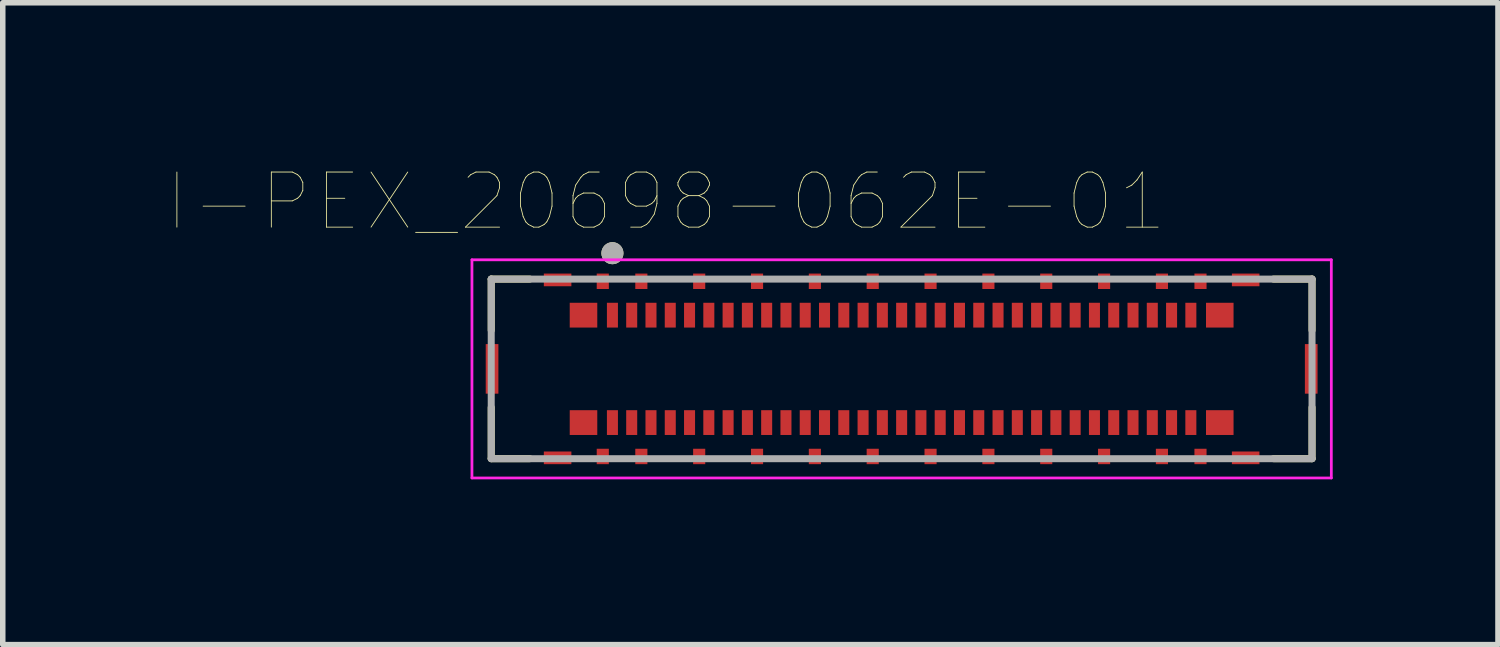
<source format=kicad_pcb>
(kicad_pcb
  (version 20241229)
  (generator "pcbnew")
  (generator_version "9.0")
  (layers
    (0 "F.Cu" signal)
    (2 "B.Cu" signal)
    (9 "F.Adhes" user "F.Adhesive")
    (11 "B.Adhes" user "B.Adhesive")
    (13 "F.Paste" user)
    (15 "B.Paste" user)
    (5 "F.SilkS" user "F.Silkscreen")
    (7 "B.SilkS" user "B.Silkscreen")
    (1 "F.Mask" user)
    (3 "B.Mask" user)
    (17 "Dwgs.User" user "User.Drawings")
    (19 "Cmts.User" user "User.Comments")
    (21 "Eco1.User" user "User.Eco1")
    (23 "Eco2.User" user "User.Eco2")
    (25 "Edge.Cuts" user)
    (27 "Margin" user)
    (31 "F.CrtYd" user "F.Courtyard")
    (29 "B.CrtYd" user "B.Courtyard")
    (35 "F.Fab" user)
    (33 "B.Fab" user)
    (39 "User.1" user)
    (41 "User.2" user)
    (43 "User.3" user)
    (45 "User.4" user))
  (footprint "I-PEX_20698-062E-01"
    (layer "F.Cu")
    (at 13.317 3.646)
    (property "Reference" "I-PEX_20698-062E-01" (at -4.275 -3.035 0) (layer "F.SilkS") (effects (font (size 1 1) (thickness 0.015))))
    (attr through_hole)
    (fp_line (start -7.45 -1.63) (end -6.75 -1.63) (stroke (width 0.127) (type solid)) (layer "F.SilkS"))
    (fp_line (start -7.45 -0.7) (end -7.45 -1.63) (stroke (width 0.127) (type solid)) (layer "F.SilkS"))
    (fp_line (start -7.45 0.7) (end -7.45 1.63) (stroke (width 0.127) (type solid)) (layer "F.SilkS"))
    (fp_line (start -7.45 1.63) (end -6.75 1.63) (stroke (width 0.127) (type solid)) (layer "F.SilkS"))
    (fp_line (start 7.45 -1.63) (end 6.75 -1.63) (stroke (width 0.127) (type solid)) (layer "F.SilkS"))
    (fp_line (start 7.45 -0.7) (end 7.45 -1.63) (stroke (width 0.127) (type solid)) (layer "F.SilkS"))
    (fp_line (start 7.45 0.7) (end 7.45 1.63) (stroke (width 0.127) (type solid)) (layer "F.SilkS"))
    (fp_line (start 7.45 1.63) (end 6.75 1.63) (stroke (width 0.127) (type solid)) (layer "F.SilkS"))
    (fp_circle (center -5.25 -2.1) (end -5.15 -2.1) (stroke (width 0.2) (type solid)) (fill no) (layer "F.SilkS"))
    (fp_poly (pts (xy -6.025 -1.2) (xy -5.525 -1.2) (xy -5.525 -0.9) (xy -6.025 -0.9)) (stroke (width 0.01) (type solid)) (fill yes) (layer "F.Paste"))
    (fp_poly (pts (xy -6.025 0.9) (xy -5.525 0.9) (xy -5.525 1.2) (xy -6.025 1.2)) (stroke (width 0.01) (type solid)) (fill yes) (layer "F.Paste"))
    (fp_poly (pts (xy 5.525 -1.2) (xy 6.025 -1.2) (xy 6.025 -0.9) (xy 5.525 -0.9)) (stroke (width 0.01) (type solid)) (fill yes) (layer "F.Paste"))
    (fp_poly (pts (xy 5.525 0.9) (xy 6.025 0.9) (xy 6.025 1.2) (xy 5.525 1.2)) (stroke (width 0.01) (type solid)) (fill yes) (layer "F.Paste"))
    (fp_line (start -7.8 -1.98) (end 7.8 -1.98) (stroke (width 0.05) (type solid)) (layer "F.CrtYd"))
    (fp_line (start -7.8 1.98) (end -7.8 -1.98) (stroke (width 0.05) (type solid)) (layer "F.CrtYd"))
    (fp_line (start 7.8 -1.98) (end 7.8 1.98) (stroke (width 0.05) (type solid)) (layer "F.CrtYd"))
    (fp_line (start 7.8 1.98) (end -7.8 1.98) (stroke (width 0.05) (type solid)) (layer "F.CrtYd"))
    (fp_line (start -7.45 -1.63) (end 7.45 -1.63) (stroke (width 0.127) (type solid)) (layer "F.Fab"))
    (fp_line (start -7.45 1.63) (end -7.45 -1.63) (stroke (width 0.127) (type solid)) (layer "F.Fab"))
    (fp_line (start 7.45 -1.63) (end 7.45 1.63) (stroke (width 0.127) (type solid)) (layer "F.Fab"))
    (fp_line (start 7.45 1.63) (end -7.45 1.63) (stroke (width 0.127) (type solid)) (layer "F.Fab"))
    (fp_circle (center -5.25 -2.1) (end -5.15 -2.1) (stroke (width 0.2) (type solid)) (fill no) (layer "F.Fab"))
    (pad "1" smd rect (at -5.25 -0.975) (size 0.2 0.45) (layers "F.Cu" "F.Mask" "F.Paste"))
    (pad "2" smd rect (at -5.25 0.975) (size 0.2 0.45) (layers "F.Cu" "F.Mask" "F.Paste"))
    (pad "3" smd rect (at -4.9 -0.975) (size 0.2 0.45) (layers "F.Cu" "F.Mask" "F.Paste"))
    (pad "4" smd rect (at -4.9 0.975) (size 0.2 0.45) (layers "F.Cu" "F.Mask" "F.Paste"))
    (pad "5" smd rect (at -4.55 -0.975) (size 0.2 0.45) (layers "F.Cu" "F.Mask" "F.Paste"))
    (pad "6" smd rect (at -4.55 0.975) (size 0.2 0.45) (layers "F.Cu" "F.Mask" "F.Paste"))
    (pad "7" smd rect (at -4.2 -0.975) (size 0.2 0.45) (layers "F.Cu" "F.Mask" "F.Paste"))
    (pad "8" smd rect (at -4.2 0.975) (size 0.2 0.45) (layers "F.Cu" "F.Mask" "F.Paste"))
    (pad "9" smd rect (at -3.85 -0.975) (size 0.2 0.45) (layers "F.Cu" "F.Mask" "F.Paste"))
    (pad "10" smd rect (at -3.85 0.975) (size 0.2 0.45) (layers "F.Cu" "F.Mask" "F.Paste"))
    (pad "11" smd rect (at -3.5 -0.975) (size 0.2 0.45) (layers "F.Cu" "F.Mask" "F.Paste"))
    (pad "12" smd rect (at -3.5 0.975) (size 0.2 0.45) (layers "F.Cu" "F.Mask" "F.Paste"))
    (pad "13" smd rect (at -3.15 -0.975) (size 0.2 0.45) (layers "F.Cu" "F.Mask" "F.Paste"))
    (pad "14" smd rect (at -3.15 0.975) (size 0.2 0.45) (layers "F.Cu" "F.Mask" "F.Paste"))
    (pad "15" smd rect (at -2.8 -0.975) (size 0.2 0.45) (layers "F.Cu" "F.Mask" "F.Paste"))
    (pad "16" smd rect (at -2.8 0.975) (size 0.2 0.45) (layers "F.Cu" "F.Mask" "F.Paste"))
    (pad "17" smd rect (at -2.45 -0.975) (size 0.2 0.45) (layers "F.Cu" "F.Mask" "F.Paste"))
    (pad "18" smd rect (at -2.45 0.975) (size 0.2 0.45) (layers "F.Cu" "F.Mask" "F.Paste"))
    (pad "19" smd rect (at -2.1 -0.975) (size 0.2 0.45) (layers "F.Cu" "F.Mask" "F.Paste"))
    (pad "20" smd rect (at -2.1 0.975) (size 0.2 0.45) (layers "F.Cu" "F.Mask" "F.Paste"))
    (pad "21" smd rect (at -1.75 -0.975) (size 0.2 0.45) (layers "F.Cu" "F.Mask" "F.Paste"))
    (pad "22" smd rect (at -1.75 0.975) (size 0.2 0.45) (layers "F.Cu" "F.Mask" "F.Paste"))
    (pad "23" smd rect (at -1.4 -0.975) (size 0.2 0.45) (layers "F.Cu" "F.Mask" "F.Paste"))
    (pad "24" smd rect (at -1.4 0.975) (size 0.2 0.45) (layers "F.Cu" "F.Mask" "F.Paste"))
    (pad "25" smd rect (at -1.05 -0.975) (size 0.2 0.45) (layers "F.Cu" "F.Mask" "F.Paste"))
    (pad "26" smd rect (at -1.05 0.975) (size 0.2 0.45) (layers "F.Cu" "F.Mask" "F.Paste"))
    (pad "27" smd rect (at -0.7 -0.975) (size 0.2 0.45) (layers "F.Cu" "F.Mask" "F.Paste"))
    (pad "28" smd rect (at -0.7 0.975) (size 0.2 0.45) (layers "F.Cu" "F.Mask" "F.Paste"))
    (pad "29" smd rect (at -0.35 -0.975) (size 0.2 0.45) (layers "F.Cu" "F.Mask" "F.Paste"))
    (pad "30" smd rect (at -0.35 0.975) (size 0.2 0.45) (layers "F.Cu" "F.Mask" "F.Paste"))
    (pad "31" smd rect (at 0 -0.975) (size 0.2 0.45) (layers "F.Cu" "F.Mask" "F.Paste"))
    (pad "32" smd rect (at 0 0.975) (size 0.2 0.45) (layers "F.Cu" "F.Mask" "F.Paste"))
    (pad "33" smd rect (at 0.35 -0.975) (size 0.2 0.45) (layers "F.Cu" "F.Mask" "F.Paste"))
    (pad "34" smd rect (at 0.35 0.975) (size 0.2 0.45) (layers "F.Cu" "F.Mask" "F.Paste"))
    (pad "35" smd rect (at 0.7 -0.975) (size 0.2 0.45) (layers "F.Cu" "F.Mask" "F.Paste"))
    (pad "36" smd rect (at 0.7 0.975) (size 0.2 0.45) (layers "F.Cu" "F.Mask" "F.Paste"))
    (pad "37" smd rect (at 1.05 -0.975) (size 0.2 0.45) (layers "F.Cu" "F.Mask" "F.Paste"))
    (pad "38" smd rect (at 1.05 0.975) (size 0.2 0.45) (layers "F.Cu" "F.Mask" "F.Paste"))
    (pad "39" smd rect (at 1.4 -0.975) (size 0.2 0.45) (layers "F.Cu" "F.Mask" "F.Paste"))
    (pad "40" smd rect (at 1.4 0.975) (size 0.2 0.45) (layers "F.Cu" "F.Mask" "F.Paste"))
    (pad "41" smd rect (at 1.75 -0.975) (size 0.2 0.45) (layers "F.Cu" "F.Mask" "F.Paste"))
    (pad "42" smd rect (at 1.75 0.975) (size 0.2 0.45) (layers "F.Cu" "F.Mask" "F.Paste"))
    (pad "43" smd rect (at 2.1 -0.975) (size 0.2 0.45) (layers "F.Cu" "F.Mask" "F.Paste"))
    (pad "44" smd rect (at 2.1 0.975) (size 0.2 0.45) (layers "F.Cu" "F.Mask" "F.Paste"))
    (pad "45" smd rect (at 2.45 -0.975) (size 0.2 0.45) (layers "F.Cu" "F.Mask" "F.Paste"))
    (pad "46" smd rect (at 2.45 0.975) (size 0.2 0.45) (layers "F.Cu" "F.Mask" "F.Paste"))
    (pad "47" smd rect (at 2.8 -0.975) (size 0.2 0.45) (layers "F.Cu" "F.Mask" "F.Paste"))
    (pad "48" smd rect (at 2.8 0.975) (size 0.2 0.45) (layers "F.Cu" "F.Mask" "F.Paste"))
    (pad "49" smd rect (at 3.15 -0.975) (size 0.2 0.45) (layers "F.Cu" "F.Mask" "F.Paste"))
    (pad "50" smd rect (at 3.15 0.975) (size 0.2 0.45) (layers "F.Cu" "F.Mask" "F.Paste"))
    (pad "51" smd rect (at 3.5 -0.975) (size 0.2 0.45) (layers "F.Cu" "F.Mask" "F.Paste"))
    (pad "52" smd rect (at 3.5 0.975) (size 0.2 0.45) (layers "F.Cu" "F.Mask" "F.Paste"))
    (pad "53" smd rect (at 3.85 -0.975) (size 0.2 0.45) (layers "F.Cu" "F.Mask" "F.Paste"))
    (pad "54" smd rect (at 3.85 0.975) (size 0.2 0.45) (layers "F.Cu" "F.Mask" "F.Paste"))
    (pad "55" smd rect (at 4.2 -0.975) (size 0.2 0.45) (layers "F.Cu" "F.Mask" "F.Paste"))
    (pad "56" smd rect (at 4.2 0.975) (size 0.2 0.45) (layers "F.Cu" "F.Mask" "F.Paste"))
    (pad "57" smd rect (at 4.55 -0.975) (size 0.2 0.45) (layers "F.Cu" "F.Mask" "F.Paste"))
    (pad "58" smd rect (at 4.55 0.975) (size 0.2 0.45) (layers "F.Cu" "F.Mask" "F.Paste"))
    (pad "59" smd rect (at 4.9 -0.975) (size 0.2 0.45) (layers "F.Cu" "F.Mask" "F.Paste"))
    (pad "60" smd rect (at 4.9 0.975) (size 0.2 0.45) (layers "F.Cu" "F.Mask" "F.Paste"))
    (pad "61" smd rect (at 5.25 -0.975) (size 0.2 0.45) (layers "F.Cu" "F.Mask" "F.Paste"))
    (pad "62" smd rect (at 5.25 0.975) (size 0.2 0.45) (layers "F.Cu" "F.Mask" "F.Paste"))
    (pad "63" smd rect (at -5.775 -0.975) (size 0.5 0.45) (layers "F.Cu" "F.Mask"))
    (pad "64" smd rect (at -5.775 0.975) (size 0.5 0.45) (layers "F.Cu" "F.Mask"))
    (pad "65" smd rect (at 5.775 -0.975) (size 0.5 0.45) (layers "F.Cu" "F.Mask"))
    (pad "66" smd rect (at 5.775 0.975) (size 0.5 0.45) (layers "F.Cu" "F.Mask"))
    (pad "G1" smd rect (at -6.245 1.615) (size 0.5 0.23) (layers "F.Cu" "F.Mask" "F.Paste"))
    (pad "G2" smd rect (at -5.425 1.59) (size 0.22 0.28) (layers "F.Cu" "F.Mask" "F.Paste"))
    (pad "G3" smd rect (at -4.725 1.59) (size 0.22 0.28) (layers "F.Cu" "F.Mask" "F.Paste"))
    (pad "G4" smd rect (at -3.675 1.59) (size 0.22 0.28) (layers "F.Cu" "F.Mask" "F.Paste"))
    (pad "G5" smd rect (at -2.625 1.59) (size 0.22 0.28) (layers "F.Cu" "F.Mask" "F.Paste"))
    (pad "G6" smd rect (at -1.575 1.59) (size 0.22 0.28) (layers "F.Cu" "F.Mask" "F.Paste"))
    (pad "G7" smd rect (at -0.525 1.59) (size 0.22 0.28) (layers "F.Cu" "F.Mask" "F.Paste"))
    (pad "G8" smd rect (at 0.525 1.59) (size 0.22 0.28) (layers "F.Cu" "F.Mask" "F.Paste"))
    (pad "G9" smd rect (at 1.575 1.59) (size 0.22 0.28) (layers "F.Cu" "F.Mask" "F.Paste"))
    (pad "G10" smd rect (at 2.625 1.59) (size 0.22 0.28) (layers "F.Cu" "F.Mask" "F.Paste"))
    (pad "G11" smd rect (at 3.675 1.59) (size 0.22 0.28) (layers "F.Cu" "F.Mask" "F.Paste"))
    (pad "G12" smd rect (at 4.725 1.59) (size 0.22 0.28) (layers "F.Cu" "F.Mask" "F.Paste"))
    (pad "G13" smd rect (at 5.425 1.59) (size 0.22 0.28) (layers "F.Cu" "F.Mask" "F.Paste"))
    (pad "G14" smd rect (at 6.245 1.615) (size 0.5 0.23) (layers "F.Cu" "F.Mask" "F.Paste"))
    (pad "G15" smd rect (at 6.245 -1.615) (size 0.5 0.23) (layers "F.Cu" "F.Mask" "F.Paste"))
    (pad "G16" smd rect (at 5.425 -1.59) (size 0.22 0.28) (layers "F.Cu" "F.Mask" "F.Paste"))
    (pad "G17" smd rect (at 4.725 -1.59) (size 0.22 0.28) (layers "F.Cu" "F.Mask" "F.Paste"))
    (pad "G18" smd rect (at 3.675 -1.59) (size 0.22 0.28) (layers "F.Cu" "F.Mask" "F.Paste"))
    (pad "G19" smd rect (at 2.625 -1.59) (size 0.22 0.28) (layers "F.Cu" "F.Mask" "F.Paste"))
    (pad "G20" smd rect (at 1.575 -1.59) (size 0.22 0.28) (layers "F.Cu" "F.Mask" "F.Paste"))
    (pad "G21" smd rect (at 0.525 -1.59) (size 0.22 0.28) (layers "F.Cu" "F.Mask" "F.Paste"))
    (pad "G22" smd rect (at -0.525 -1.59) (size 0.22 0.28) (layers "F.Cu" "F.Mask" "F.Paste"))
    (pad "G23" smd rect (at -1.575 -1.59) (size 0.22 0.28) (layers "F.Cu" "F.Mask" "F.Paste"))
    (pad "G24" smd rect (at -2.625 -1.59) (size 0.22 0.28) (layers "F.Cu" "F.Mask" "F.Paste"))
    (pad "G25" smd rect (at -3.675 -1.59) (size 0.22 0.28) (layers "F.Cu" "F.Mask" "F.Paste"))
    (pad "G26" smd rect (at -4.725 -1.59) (size 0.22 0.28) (layers "F.Cu" "F.Mask" "F.Paste"))
    (pad "G27" smd rect (at -5.425 -1.59) (size 0.22 0.28) (layers "F.Cu" "F.Mask" "F.Paste"))
    (pad "G28" smd rect (at -6.245 -1.615) (size 0.5 0.23) (layers "F.Cu" "F.Mask" "F.Paste"))
    (pad "S1" smd rect (at -7.435 0) (size 0.23 0.9) (layers "F.Cu" "F.Mask" "F.Paste"))
    (pad "S2" smd rect (at 7.435 0) (size 0.23 0.9) (layers "F.Cu" "F.Mask" "F.Paste")))
  (gr_rect
    (start -3 -3)
    (end 24.142 8.651)
    (stroke (width 0.1) (type default))
    (fill no)
    (layer "Edge.Cuts")))
</source>
